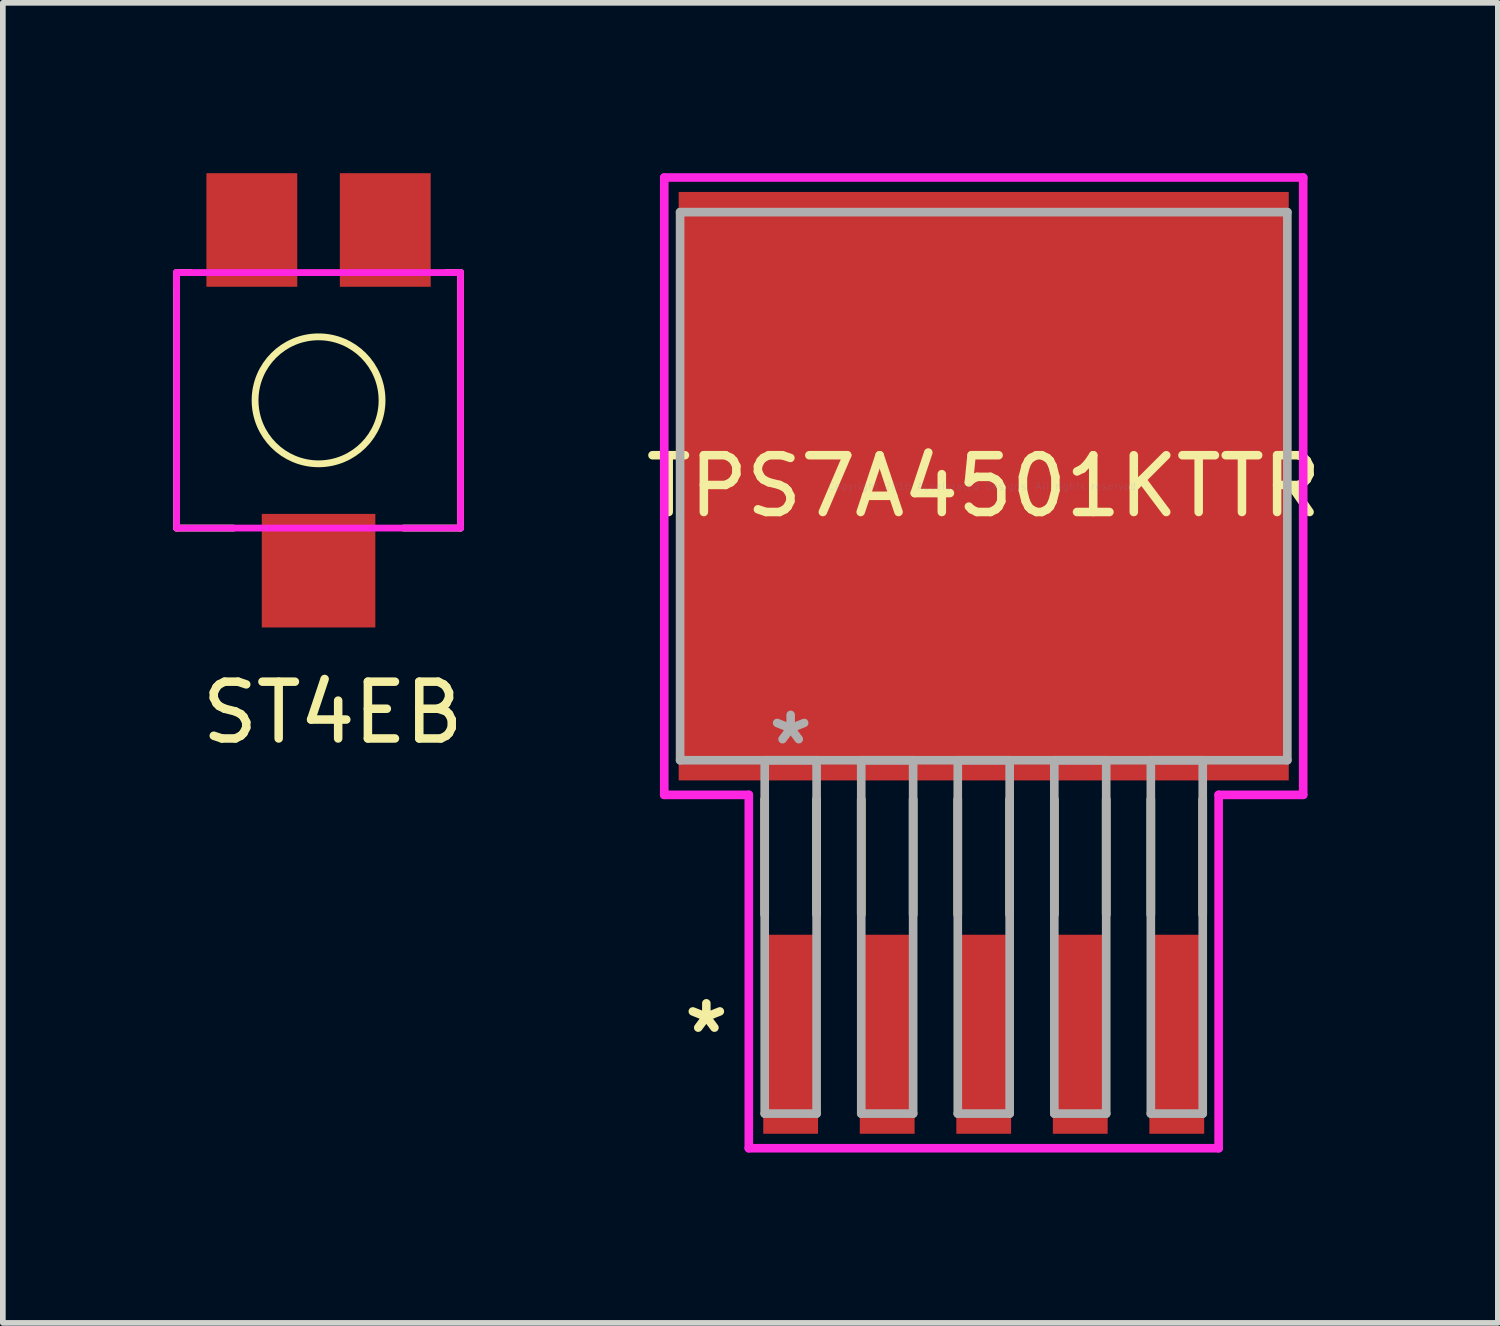
<source format=kicad_pcb>
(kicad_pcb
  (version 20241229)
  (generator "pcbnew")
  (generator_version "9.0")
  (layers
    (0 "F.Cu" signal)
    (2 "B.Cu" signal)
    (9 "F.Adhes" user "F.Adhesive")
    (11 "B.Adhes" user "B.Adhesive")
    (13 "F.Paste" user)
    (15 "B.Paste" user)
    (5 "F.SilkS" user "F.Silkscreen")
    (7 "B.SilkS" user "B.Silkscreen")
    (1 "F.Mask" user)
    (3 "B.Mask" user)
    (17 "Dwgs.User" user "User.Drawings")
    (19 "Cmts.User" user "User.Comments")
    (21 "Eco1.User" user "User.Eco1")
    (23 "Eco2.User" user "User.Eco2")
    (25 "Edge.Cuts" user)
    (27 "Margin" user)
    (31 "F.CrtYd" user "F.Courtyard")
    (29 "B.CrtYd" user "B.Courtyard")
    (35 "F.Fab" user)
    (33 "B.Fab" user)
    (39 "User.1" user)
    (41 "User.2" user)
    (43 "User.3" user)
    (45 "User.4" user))
  (footprint "TPS7A4501KTTR"
    (layer "F.Cu")
    (at 14.274 5.512)
    (property "Reference" "TPS7A4501KTTR" (at 0 0 0) (layer "F.SilkS") (effects (font (size 1 1) (thickness 0.15))))
    (attr through_hole)
    (fp_line (start -3.857 5.514) (end -3.857 7.544) (stroke (width 0.152) (type solid)) (layer "F.SilkS"))
    (fp_line (start -2.943 5.514) (end -2.943 7.544) (stroke (width 0.152) (type solid)) (layer "F.SilkS"))
    (fp_line (start -2.157 5.514) (end -2.157 7.544) (stroke (width 0.152) (type solid)) (layer "F.SilkS"))
    (fp_line (start -1.243 5.514) (end -1.243 7.544) (stroke (width 0.152) (type solid)) (layer "F.SilkS"))
    (fp_line (start -0.457 5.514) (end -0.457 7.544) (stroke (width 0.152) (type solid)) (layer "F.SilkS"))
    (fp_line (start 0.457 5.514) (end 0.457 7.544) (stroke (width 0.152) (type solid)) (layer "F.SilkS"))
    (fp_line (start 1.243 5.514) (end 1.243 7.544) (stroke (width 0.152) (type solid)) (layer "F.SilkS"))
    (fp_line (start 2.157 5.514) (end 2.157 7.544) (stroke (width 0.152) (type solid)) (layer "F.SilkS"))
    (fp_line (start 2.943 5.514) (end 2.943 7.544) (stroke (width 0.152) (type solid)) (layer "F.SilkS"))
    (fp_line (start 3.857 5.514) (end 3.857 7.544) (stroke (width 0.152) (type solid)) (layer "F.SilkS"))
    (fp_line (start -5.626 -5.436) (end 5.626 -5.436) (stroke (width 0.152) (type solid)) (layer "F.CrtYd"))
    (fp_line (start -5.626 5.436) (end -5.626 -5.436) (stroke (width 0.152) (type solid)) (layer "F.CrtYd"))
    (fp_line (start -4.137 5.436) (end -5.626 5.436) (stroke (width 0.152) (type solid)) (layer "F.CrtYd"))
    (fp_line (start -4.137 11.659) (end -4.137 5.436) (stroke (width 0.152) (type solid)) (layer "F.CrtYd"))
    (fp_line (start 4.137 5.436) (end 4.137 11.659) (stroke (width 0.152) (type solid)) (layer "F.CrtYd"))
    (fp_line (start 4.137 11.659) (end -4.137 11.659) (stroke (width 0.152) (type solid)) (layer "F.CrtYd"))
    (fp_line (start 5.626 -5.436) (end 5.626 5.436) (stroke (width 0.152) (type solid)) (layer "F.CrtYd"))
    (fp_line (start 5.626 5.436) (end 4.137 5.436) (stroke (width 0.152) (type solid)) (layer "F.CrtYd"))
    (fp_line (start -5.347 -4.826) (end -5.347 4.826) (stroke (width 0.152) (type solid)) (layer "F.Fab"))
    (fp_line (start -5.347 4.826) (end 5.347 4.826) (stroke (width 0.152) (type solid)) (layer "F.Fab"))
    (fp_line (start -3.857 4.826) (end -3.857 11.049) (stroke (width 0.152) (type solid)) (layer "F.Fab"))
    (fp_line (start -3.857 11.049) (end -2.943 11.049) (stroke (width 0.152) (type solid)) (layer "F.Fab"))
    (fp_line (start -2.943 4.826) (end -3.857 4.826) (stroke (width 0.152) (type solid)) (layer "F.Fab"))
    (fp_line (start -2.943 11.049) (end -2.943 4.826) (stroke (width 0.152) (type solid)) (layer "F.Fab"))
    (fp_line (start -2.157 4.826) (end -2.157 11.049) (stroke (width 0.152) (type solid)) (layer "F.Fab"))
    (fp_line (start -2.157 11.049) (end -1.243 11.049) (stroke (width 0.152) (type solid)) (layer "F.Fab"))
    (fp_line (start -1.243 4.826) (end -2.157 4.826) (stroke (width 0.152) (type solid)) (layer "F.Fab"))
    (fp_line (start -1.243 11.049) (end -1.243 4.826) (stroke (width 0.152) (type solid)) (layer "F.Fab"))
    (fp_line (start -0.457 4.826) (end -0.457 11.049) (stroke (width 0.152) (type solid)) (layer "F.Fab"))
    (fp_line (start -0.457 11.049) (end 0.457 11.049) (stroke (width 0.152) (type solid)) (layer "F.Fab"))
    (fp_line (start 0.457 4.826) (end -0.457 4.826) (stroke (width 0.152) (type solid)) (layer "F.Fab"))
    (fp_line (start 0.457 11.049) (end 0.457 4.826) (stroke (width 0.152) (type solid)) (layer "F.Fab"))
    (fp_line (start 1.243 4.826) (end 1.243 11.049) (stroke (width 0.152) (type solid)) (layer "F.Fab"))
    (fp_line (start 1.243 11.049) (end 2.157 11.049) (stroke (width 0.152) (type solid)) (layer "F.Fab"))
    (fp_line (start 2.157 4.826) (end 1.243 4.826) (stroke (width 0.152) (type solid)) (layer "F.Fab"))
    (fp_line (start 2.157 11.049) (end 2.157 4.826) (stroke (width 0.152) (type solid)) (layer "F.Fab"))
    (fp_line (start 2.943 4.826) (end 2.943 11.049) (stroke (width 0.152) (type solid)) (layer "F.Fab"))
    (fp_line (start 2.943 11.049) (end 3.857 11.049) (stroke (width 0.152) (type solid)) (layer "F.Fab"))
    (fp_line (start 3.857 4.826) (end 2.943 4.826) (stroke (width 0.152) (type solid)) (layer "F.Fab"))
    (fp_line (start 3.857 11.049) (end 3.857 4.826) (stroke (width 0.152) (type solid)) (layer "F.Fab"))
    (fp_line (start 5.347 -4.826) (end -5.347 -4.826) (stroke (width 0.152) (type solid)) (layer "F.Fab"))
    (fp_line (start 5.347 4.826) (end 5.347 -4.826) (stroke (width 0.152) (type solid)) (layer "F.Fab"))
    (fp_text user "*" (at -4.885 9.652 0) (layer "F.SilkS") (effects (font (size 1 1) (thickness 0.15))))
    (fp_text user "Copyright 2016 Accelerated Designs. All rights reserved." (at 0 0 0) (layer "Cmts.User") (effects (font (size 0.127 0.127) (thickness 0.002))))
    (fp_text user "*" (at -3.4 4.572 0) (layer "F.Fab") (effects (font (size 1 1) (thickness 0.15))))
    (pad "1" smd rect (at -3.4 9.652) (size 0.965 3.505) (layers "F.Cu" "F.Mask" "F.Paste"))
    (pad "2" smd rect (at -1.7 9.652) (size 0.965 3.505) (layers "F.Cu" "F.Mask" "F.Paste"))
    (pad "3" smd rect (at 0 9.652) (size 0.965 3.505) (layers "F.Cu" "F.Mask" "F.Paste"))
    (pad "4" smd rect (at 1.7 9.652) (size 0.965 3.505) (layers "F.Cu" "F.Mask" "F.Paste"))
    (pad "5" smd rect (at 3.4 9.652) (size 0.965 3.505) (layers "F.Cu" "F.Mask" "F.Paste"))
    (pad "6" smd rect (at 0 0) (size 10.744 10.363) (layers "F.Cu" "F.Mask" "F.Paste")))
  (footprint "ST4EB"
    (layer "F.Cu")
    (at 2.56 4)
    (property "Reference" "ST4EB" (at 0.25 5.5 0) (layer "F.SilkS") (effects (font (size 1 1) (thickness 0.15))))
    (attr through_hole)
    (fp_line (start -2.5 -2.25) (end -2.25 -2.25) (stroke (width 0.12) (type solid)) (layer "F.SilkS"))
    (fp_line (start -2.5 2.25) (end -2.5 -2.25) (stroke (width 0.12) (type solid)) (layer "F.SilkS"))
    (fp_line (start -1.5 2.25) (end -2.5 2.25) (stroke (width 0.12) (type solid)) (layer "F.SilkS"))
    (fp_line (start 2.25 -2.25) (end 2.5 -2.25) (stroke (width 0.12) (type solid)) (layer "F.SilkS"))
    (fp_line (start 2.5 -2.25) (end 2.5 2.25) (stroke (width 0.12) (type solid)) (layer "F.SilkS"))
    (fp_line (start 2.5 2.25) (end 1.5 2.25) (stroke (width 0.12) (type solid)) (layer "F.SilkS"))
    (fp_circle (center 0 0) (end 1 -0.5) (stroke (width 0.12) (type solid)) (fill no) (layer "F.SilkS"))
    (fp_line (start -2.5 -2.25) (end -2.5 -2) (stroke (width 0.12) (type solid)) (layer "F.CrtYd"))
    (fp_line (start -2.5 -2.25) (end 2.5 -2.25) (stroke (width 0.12) (type solid)) (layer "F.CrtYd"))
    (fp_line (start -2.5 2.25) (end -2.5 -2.25) (stroke (width 0.12) (type solid)) (layer "F.CrtYd"))
    (fp_line (start 2.5 -2.25) (end 2.5 2.25) (stroke (width 0.12) (type solid)) (layer "F.CrtYd"))
    (fp_line (start 2.5 2.25) (end -2.5 2.25) (stroke (width 0.12) (type solid)) (layer "F.CrtYd"))
    (pad "1" smd rect (at -1.175 -3) (size 1.6 2) (layers "F.Cu" "F.Mask" "F.Paste"))
    (pad "2" smd rect (at 0 3) (size 2 2) (layers "F.Cu" "F.Mask" "F.Paste"))
    (pad "3" smd rect (at 1.175 -3) (size 1.6 2) (layers "F.Cu" "F.Mask" "F.Paste")))
  (gr_rect
    (start -3 -3)
    (end 23.328 20.247)
    (stroke (width 0.1) (type default))
    (fill no)
    (layer "Edge.Cuts")))
</source>
